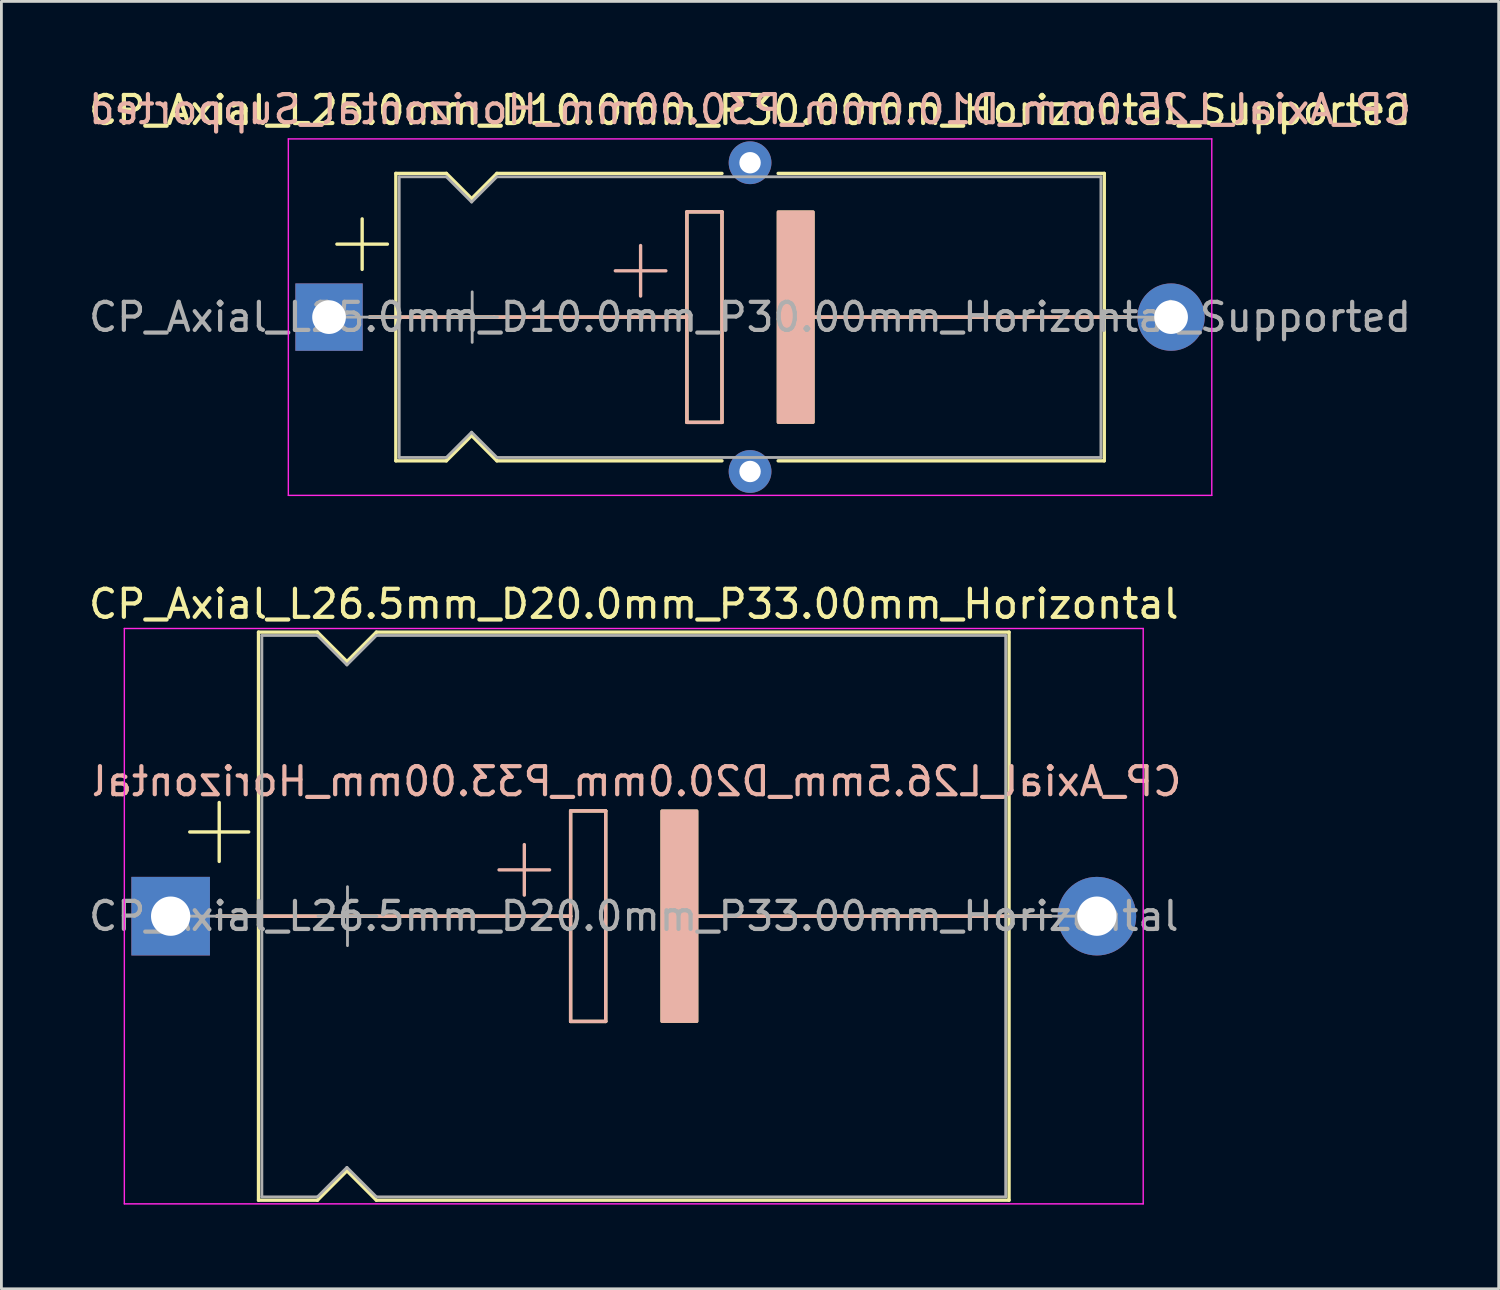
<source format=kicad_pcb>
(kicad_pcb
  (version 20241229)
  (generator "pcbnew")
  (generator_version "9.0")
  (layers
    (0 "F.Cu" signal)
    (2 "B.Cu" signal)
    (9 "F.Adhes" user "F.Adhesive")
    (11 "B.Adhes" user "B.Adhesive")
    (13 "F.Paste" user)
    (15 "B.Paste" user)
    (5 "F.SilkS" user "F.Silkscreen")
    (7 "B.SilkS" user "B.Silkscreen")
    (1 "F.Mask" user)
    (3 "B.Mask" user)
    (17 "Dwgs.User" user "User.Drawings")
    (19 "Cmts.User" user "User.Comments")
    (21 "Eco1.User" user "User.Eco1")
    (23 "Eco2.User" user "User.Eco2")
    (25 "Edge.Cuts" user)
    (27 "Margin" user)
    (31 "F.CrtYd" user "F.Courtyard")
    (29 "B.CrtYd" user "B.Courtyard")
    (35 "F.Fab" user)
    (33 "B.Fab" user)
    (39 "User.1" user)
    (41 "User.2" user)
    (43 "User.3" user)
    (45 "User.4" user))
  (footprint "CP_Axial_L26.5mm_D20.0mm_P33.00mm_Horizontal"
    (layer "F.Cu")
    (at 3.03 29.591)
    (property "Reference" "CP_Axial_L26.5mm_D20.0mm_P33.00mm_Horizontal" (at 16.5 -11.12 0) (layer "F.SilkS") (effects (font (size 1 1) (thickness 0.15))))
    (fp_line (start 0.68 -3) (end 2.78 -3) (stroke (width 0.12) (type solid)) (layer "F.SilkS"))
    (fp_line (start 1.64 0) (end 3.13 0) (stroke (width 0.12) (type solid)) (layer "F.SilkS"))
    (fp_line (start 1.73 -4.05) (end 1.73 -1.95) (stroke (width 0.12) (type solid)) (layer "F.SilkS"))
    (fp_line (start 3.13 -10.12) (end 3.13 10.12) (stroke (width 0.12) (type solid)) (layer "F.SilkS"))
    (fp_line (start 3.13 -10.12) (end 5.23 -10.12) (stroke (width 0.12) (type solid)) (layer "F.SilkS"))
    (fp_line (start 3.13 0) (end 14.25 0) (stroke (width 0.12) (type solid)) (layer "F.SilkS"))
    (fp_line (start 3.13 10.12) (end 5.23 10.12) (stroke (width 0.12) (type solid)) (layer "F.SilkS"))
    (fp_line (start 5.23 -10.12) (end 6.28 -9.07) (stroke (width 0.12) (type solid)) (layer "F.SilkS"))
    (fp_line (start 5.23 10.12) (end 6.28 9.07) (stroke (width 0.12) (type solid)) (layer "F.SilkS"))
    (fp_line (start 6.28 -9.07) (end 7.33 -10.12) (stroke (width 0.12) (type solid)) (layer "F.SilkS"))
    (fp_line (start 6.28 9.07) (end 7.33 10.12) (stroke (width 0.12) (type solid)) (layer "F.SilkS"))
    (fp_line (start 7.33 -10.12) (end 29.87 -10.12) (stroke (width 0.12) (type solid)) (layer "F.SilkS"))
    (fp_line (start 7.33 10.12) (end 29.87 10.12) (stroke (width 0.12) (type solid)) (layer "F.SilkS"))
    (fp_line (start 14.25 -3.75) (end 15.5 -3.75) (stroke (width 0.12) (type solid)) (layer "F.SilkS"))
    (fp_line (start 14.25 0) (end 14.25 -3.75) (stroke (width 0.12) (type solid)) (layer "F.SilkS"))
    (fp_line (start 14.25 3.75) (end 14.25 0) (stroke (width 0.12) (type solid)) (layer "F.SilkS"))
    (fp_line (start 15.5 -3.75) (end 15.5 3.75) (stroke (width 0.12) (type solid)) (layer "F.SilkS"))
    (fp_line (start 15.5 3.75) (end 14.25 3.75) (stroke (width 0.12) (type solid)) (layer "F.SilkS"))
    (fp_line (start 18.75 0) (end 29.87 0) (stroke (width 0.12) (type solid)) (layer "F.SilkS"))
    (fp_line (start 29.87 -10.12) (end 29.87 10.12) (stroke (width 0.12) (type solid)) (layer "F.SilkS"))
    (fp_line (start 31.36 0) (end 29.87 0) (stroke (width 0.12) (type solid)) (layer "F.SilkS"))
    (fp_poly (pts (xy 18.75 3.75) (xy 17.5 3.75) (xy 17.5 -3.75) (xy 18.75 -3.75)) (stroke (width 0.1) (type solid)) (fill yes) (layer "F.SilkS"))
    (fp_line (start 1.65 0) (end 7.38 0) (stroke (width 0.12) (type solid)) (layer "B.SilkS"))
    (fp_line (start 7.38 0) (end 14.25 0) (stroke (width 0.12) (type solid)) (layer "B.SilkS"))
    (fp_line (start 12.6 -2.55) (end 12.6 -0.75) (stroke (width 0.12) (type solid)) (layer "B.SilkS"))
    (fp_line (start 13.5 -1.65) (end 11.7 -1.65) (stroke (width 0.12) (type solid)) (layer "B.SilkS"))
    (fp_line (start 14.25 -3.75) (end 15.5 -3.75) (stroke (width 0.12) (type solid)) (layer "B.SilkS"))
    (fp_line (start 14.25 0) (end 14.25 -3.75) (stroke (width 0.12) (type solid)) (layer "B.SilkS"))
    (fp_line (start 14.25 3.75) (end 14.25 0) (stroke (width 0.12) (type solid)) (layer "B.SilkS"))
    (fp_line (start 15.5 -3.75) (end 15.5 3.75) (stroke (width 0.12) (type solid)) (layer "B.SilkS"))
    (fp_line (start 15.5 3.75) (end 14.25 3.75) (stroke (width 0.12) (type solid)) (layer "B.SilkS"))
    (fp_line (start 18.75 0) (end 25.62 0) (stroke (width 0.12) (type solid)) (layer "B.SilkS"))
    (fp_line (start 31.35 0) (end 25.62 0) (stroke (width 0.12) (type solid)) (layer "B.SilkS"))
    (fp_poly (pts (xy 18.75 3.75) (xy 17.5 3.75) (xy 17.5 -3.75) (xy 18.75 -3.75)) (stroke (width 0.1) (type solid)) (fill yes) (layer "B.SilkS"))
    (fp_line (start -1.65 -10.25) (end -1.65 10.25) (stroke (width 0.05) (type solid)) (layer "F.CrtYd"))
    (fp_line (start -1.65 10.25) (end 34.65 10.25) (stroke (width 0.05) (type solid)) (layer "F.CrtYd"))
    (fp_line (start 34.65 -10.25) (end -1.65 -10.25) (stroke (width 0.05) (type solid)) (layer "F.CrtYd"))
    (fp_line (start 34.65 10.25) (end 34.65 -10.25) (stroke (width 0.05) (type solid)) (layer "F.CrtYd"))
    (fp_line (start 0 0) (end 3.25 0) (stroke (width 0.1) (type solid)) (layer "F.Fab"))
    (fp_line (start 3.25 -10) (end 3.25 10) (stroke (width 0.1) (type solid)) (layer "F.Fab"))
    (fp_line (start 3.25 -10) (end 5.23 -10) (stroke (width 0.1) (type solid)) (layer "F.Fab"))
    (fp_line (start 3.25 10) (end 5.23 10) (stroke (width 0.1) (type solid)) (layer "F.Fab"))
    (fp_line (start 5.23 -10) (end 6.28 -8.95) (stroke (width 0.1) (type solid)) (layer "F.Fab"))
    (fp_line (start 5.23 10) (end 6.28 8.95) (stroke (width 0.1) (type solid)) (layer "F.Fab"))
    (fp_line (start 5.25 0) (end 7.35 0) (stroke (width 0.1) (type solid)) (layer "F.Fab"))
    (fp_line (start 6.28 -8.95) (end 7.33 -10) (stroke (width 0.1) (type solid)) (layer "F.Fab"))
    (fp_line (start 6.28 8.95) (end 7.33 10) (stroke (width 0.1) (type solid)) (layer "F.Fab"))
    (fp_line (start 6.3 -1.05) (end 6.3 1.05) (stroke (width 0.1) (type solid)) (layer "F.Fab"))
    (fp_line (start 7.33 -10) (end 29.75 -10) (stroke (width 0.1) (type solid)) (layer "F.Fab"))
    (fp_line (start 7.33 10) (end 29.75 10) (stroke (width 0.1) (type solid)) (layer "F.Fab"))
    (fp_line (start 29.75 -10) (end 29.75 10) (stroke (width 0.1) (type solid)) (layer "F.Fab"))
    (fp_line (start 33 0) (end 29.75 0) (stroke (width 0.1) (type solid)) (layer "F.Fab"))
    (fp_text user "${REFERENCE}" (at 16.6 -4.8 0) (layer "B.SilkS") (effects (font (size 1 1) (thickness 0.15)) (justify mirror)))
    (fp_text user "${REFERENCE}" (at 16.5 0 0) (layer "F.Fab") (effects (font (size 1 1) (thickness 0.15))))
    (pad "1" thru_hole rect (at 0 0) (size 2.8 2.8) (drill 1.4) (layers "*.Cu" "*.Mask"))
    (pad "2" thru_hole oval (at 33 0) (size 2.8 2.8) (drill 1.4) (layers "*.Cu" "*.Mask")))
  (footprint "CP_Axial_L25.0mm_D10.0mm_P30.00mm_Horizontal_Supported"
    (layer "F.Cu")
    (at 8.673 8.248)
    (property "Reference" "CP_Axial_L25.0mm_D10.0mm_P30.00mm_Horizontal_Supported" (at 15 -7.37 0) (layer "F.SilkS") (effects (font (size 1 1) (thickness 0.15))))
    (fp_line (start 0.28 -2.6) (end 2.08 -2.6) (stroke (width 0.12) (type solid)) (layer "F.SilkS"))
    (fp_line (start 1.18 -3.5) (end 1.18 -1.7) (stroke (width 0.12) (type solid)) (layer "F.SilkS"))
    (fp_line (start 1.44 0) (end 2.38 0) (stroke (width 0.12) (type solid)) (layer "F.SilkS"))
    (fp_line (start 2.38 -5.12) (end 2.38 5.12) (stroke (width 0.12) (type solid)) (layer "F.SilkS"))
    (fp_line (start 2.38 -5.12) (end 4.18 -5.12) (stroke (width 0.12) (type solid)) (layer "F.SilkS"))
    (fp_line (start 2.38 0) (end 12.75 0) (stroke (width 0.12) (type solid)) (layer "F.SilkS"))
    (fp_line (start 2.38 5.12) (end 4.18 5.12) (stroke (width 0.12) (type solid)) (layer "F.SilkS"))
    (fp_line (start 4.18 -5.12) (end 5.08 -4.22) (stroke (width 0.12) (type solid)) (layer "F.SilkS"))
    (fp_line (start 4.18 5.12) (end 5.08 4.22) (stroke (width 0.12) (type solid)) (layer "F.SilkS"))
    (fp_line (start 5.08 -4.22) (end 5.98 -5.12) (stroke (width 0.12) (type solid)) (layer "F.SilkS"))
    (fp_line (start 5.08 4.22) (end 5.98 5.12) (stroke (width 0.12) (type solid)) (layer "F.SilkS"))
    (fp_line (start 5.98 -5.12) (end 14 -5.12) (stroke (width 0.12) (type solid)) (layer "F.SilkS"))
    (fp_line (start 5.98 5.12) (end 14 5.12) (stroke (width 0.12) (type solid)) (layer "F.SilkS"))
    (fp_line (start 12.75 -3.75) (end 14 -3.75) (stroke (width 0.12) (type solid)) (layer "F.SilkS"))
    (fp_line (start 12.75 0) (end 12.75 -3.75) (stroke (width 0.12) (type solid)) (layer "F.SilkS"))
    (fp_line (start 12.75 3.75) (end 12.75 0) (stroke (width 0.12) (type solid)) (layer "F.SilkS"))
    (fp_line (start 14 -3.75) (end 14 3.75) (stroke (width 0.12) (type solid)) (layer "F.SilkS"))
    (fp_line (start 14 3.75) (end 12.75 3.75) (stroke (width 0.12) (type solid)) (layer "F.SilkS"))
    (fp_line (start 16 -5.12) (end 27.62 -5.12) (stroke (width 0.12) (type solid)) (layer "F.SilkS"))
    (fp_line (start 16 5.12) (end 27.62 5.12) (stroke (width 0.12) (type solid)) (layer "F.SilkS"))
    (fp_line (start 17.25 0) (end 27.622 0) (stroke (width 0.12) (type solid)) (layer "F.SilkS"))
    (fp_line (start 27.62 -5.12) (end 27.62 5.12) (stroke (width 0.12) (type solid)) (layer "F.SilkS"))
    (fp_line (start 28.56 0) (end 27.62 0) (stroke (width 0.12) (type solid)) (layer "F.SilkS"))
    (fp_poly (pts (xy 17.25 3.75) (xy 16 3.75) (xy 16 -3.75) (xy 17.25 -3.75)) (stroke (width 0.1) (type solid)) (fill yes) (layer "F.SilkS"))
    (fp_line (start 1.45 0) (end 5.88 0) (stroke (width 0.12) (type solid)) (layer "B.SilkS"))
    (fp_line (start 5.88 0) (end 12.75 0) (stroke (width 0.12) (type solid)) (layer "B.SilkS"))
    (fp_line (start 11.1 -2.55) (end 11.1 -0.75) (stroke (width 0.12) (type solid)) (layer "B.SilkS"))
    (fp_line (start 12 -1.65) (end 10.2 -1.65) (stroke (width 0.12) (type solid)) (layer "B.SilkS"))
    (fp_line (start 12.75 -3.75) (end 14 -3.75) (stroke (width 0.12) (type solid)) (layer "B.SilkS"))
    (fp_line (start 12.75 0) (end 12.75 -3.75) (stroke (width 0.12) (type solid)) (layer "B.SilkS"))
    (fp_line (start 12.75 3.75) (end 12.75 0) (stroke (width 0.12) (type solid)) (layer "B.SilkS"))
    (fp_line (start 14 -3.75) (end 14 3.75) (stroke (width 0.12) (type solid)) (layer "B.SilkS"))
    (fp_line (start 14 3.75) (end 12.75 3.75) (stroke (width 0.12) (type solid)) (layer "B.SilkS"))
    (fp_line (start 17.25 0) (end 24.12 0) (stroke (width 0.12) (type solid)) (layer "B.SilkS"))
    (fp_line (start 28.55 0) (end 24.12 0) (stroke (width 0.12) (type solid)) (layer "B.SilkS"))
    (fp_poly (pts (xy 17.25 3.75) (xy 16 3.75) (xy 16 -3.75) (xy 17.25 -3.75)) (stroke (width 0.1) (type solid)) (fill yes) (layer "B.SilkS"))
    (fp_line (start -1.45 -6.35) (end -1.45 6.35) (stroke (width 0.05) (type solid)) (layer "F.CrtYd"))
    (fp_line (start -1.45 6.35) (end 31.45 6.35) (stroke (width 0.05) (type solid)) (layer "F.CrtYd"))
    (fp_line (start 31.45 -6.35) (end -1.45 -6.35) (stroke (width 0.05) (type solid)) (layer "F.CrtYd"))
    (fp_line (start 31.45 6.35) (end 31.45 -6.35) (stroke (width 0.05) (type solid)) (layer "F.CrtYd"))
    (fp_line (start 0 0) (end 2.5 0) (stroke (width 0.1) (type solid)) (layer "F.Fab"))
    (fp_line (start 2.5 -5) (end 2.5 5) (stroke (width 0.1) (type solid)) (layer "F.Fab"))
    (fp_line (start 2.5 -5) (end 4.18 -5) (stroke (width 0.1) (type solid)) (layer "F.Fab"))
    (fp_line (start 2.5 5) (end 4.18 5) (stroke (width 0.1) (type solid)) (layer "F.Fab"))
    (fp_line (start 4.18 -5) (end 5.08 -4.1) (stroke (width 0.1) (type solid)) (layer "F.Fab"))
    (fp_line (start 4.18 5) (end 5.08 4.1) (stroke (width 0.1) (type solid)) (layer "F.Fab"))
    (fp_line (start 4.2 0) (end 6 0) (stroke (width 0.1) (type solid)) (layer "F.Fab"))
    (fp_line (start 5.08 -4.1) (end 5.98 -5) (stroke (width 0.1) (type solid)) (layer "F.Fab"))
    (fp_line (start 5.08 4.1) (end 5.98 5) (stroke (width 0.1) (type solid)) (layer "F.Fab"))
    (fp_line (start 5.1 -0.9) (end 5.1 0.9) (stroke (width 0.1) (type solid)) (layer "F.Fab"))
    (fp_line (start 5.98 -5) (end 27.5 -5) (stroke (width 0.1) (type solid)) (layer "F.Fab"))
    (fp_line (start 5.98 5) (end 27.5 5) (stroke (width 0.1) (type solid)) (layer "F.Fab"))
    (fp_line (start 27.5 -5) (end 27.5 5) (stroke (width 0.1) (type solid)) (layer "F.Fab"))
    (fp_line (start 30 0) (end 27.5 0) (stroke (width 0.1) (type solid)) (layer "F.Fab"))
    (fp_text user "${REFERENCE}" (at 15 -7.4 0) (layer "B.SilkS") (effects (font (size 1 1) (thickness 0.15)) (justify mirror)))
    (fp_text user "${REFERENCE}" (at 15 0 0) (layer "F.Fab") (effects (font (size 1 1) (thickness 0.15))))
    (pad "" thru_hole circle (at 15 -5.5) (size 1.524 1.524) (drill 0.762) (layers "*.Cu" "*.Mask"))
    (pad "" thru_hole circle (at 15 5.5) (size 1.524 1.524) (drill 0.762) (layers "*.Cu" "*.Mask"))
    (pad "1" thru_hole rect (at 0 0) (size 2.4 2.4) (drill 1.2) (layers "*.Cu" "*.Mask"))
    (pad "2" thru_hole oval (at 30 0) (size 2.4 2.4) (drill 1.2) (layers "*.Cu" "*.Mask")))
  (gr_rect
    (start -3 -3)
    (end 50.345 42.867)
    (stroke (width 0.1) (type default))
    (fill no)
    (layer "Edge.Cuts")))
</source>
